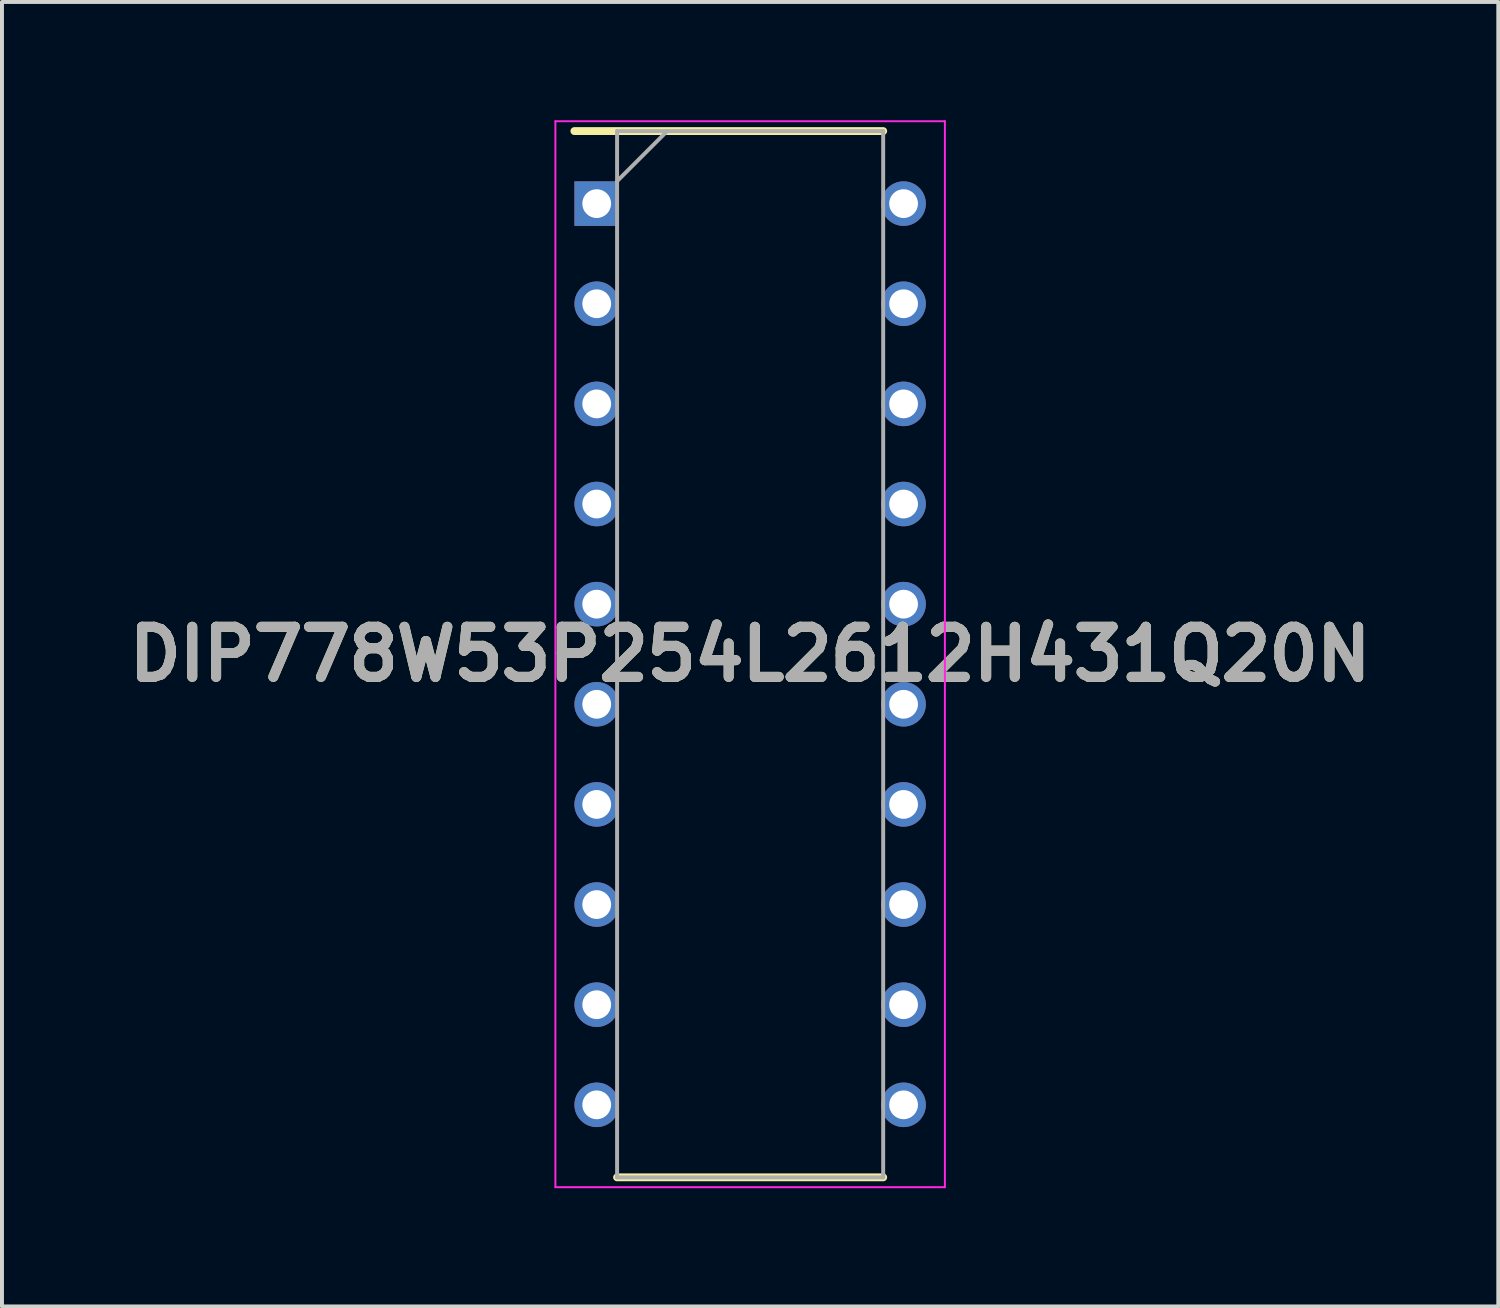
<source format=kicad_pcb>
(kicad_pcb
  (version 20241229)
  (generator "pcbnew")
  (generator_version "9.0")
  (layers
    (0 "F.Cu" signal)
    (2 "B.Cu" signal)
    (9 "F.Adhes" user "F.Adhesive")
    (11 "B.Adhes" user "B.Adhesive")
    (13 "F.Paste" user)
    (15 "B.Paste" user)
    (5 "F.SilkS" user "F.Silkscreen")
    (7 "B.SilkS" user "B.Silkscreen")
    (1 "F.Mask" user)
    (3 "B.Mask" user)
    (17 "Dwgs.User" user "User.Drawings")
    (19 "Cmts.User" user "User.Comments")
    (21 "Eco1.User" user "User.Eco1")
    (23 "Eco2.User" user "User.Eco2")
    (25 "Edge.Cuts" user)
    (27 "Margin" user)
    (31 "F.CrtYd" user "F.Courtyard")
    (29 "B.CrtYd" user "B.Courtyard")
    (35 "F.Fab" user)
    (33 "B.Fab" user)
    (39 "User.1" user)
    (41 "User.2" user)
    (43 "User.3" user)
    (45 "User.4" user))
  (footprint "DIP778W53P254L2612H431Q20N"
    (layer "F.Cu")
    (at 15.978 13.545)
    (property "Reference" "DIP778W53P254L2612H431Q20N" (at 0 0 0) (layer "F.SilkS") (effects (font (size 1.27 1.27) (thickness 0.254))))
    (attr through_hole)
    (fp_line (start -4.458 -13.27) (end 3.375 -13.27) (stroke (width 0.2) (type solid)) (layer "F.SilkS"))
    (fp_line (start -3.375 13.27) (end 3.375 13.27) (stroke (width 0.2) (type solid)) (layer "F.SilkS"))
    (fp_line (start -4.94 -13.52) (end 4.94 -13.52) (stroke (width 0.05) (type solid)) (layer "F.CrtYd"))
    (fp_line (start -4.94 13.52) (end -4.94 -13.52) (stroke (width 0.05) (type solid)) (layer "F.CrtYd"))
    (fp_line (start 4.94 -13.52) (end 4.94 13.52) (stroke (width 0.05) (type solid)) (layer "F.CrtYd"))
    (fp_line (start 4.94 13.52) (end -4.94 13.52) (stroke (width 0.05) (type solid)) (layer "F.CrtYd"))
    (fp_line (start -3.375 -13.27) (end 3.375 -13.27) (stroke (width 0.1) (type solid)) (layer "F.Fab"))
    (fp_line (start -3.375 -12) (end -2.105 -13.27) (stroke (width 0.1) (type solid)) (layer "F.Fab"))
    (fp_line (start -3.375 13.27) (end -3.375 -13.27) (stroke (width 0.1) (type solid)) (layer "F.Fab"))
    (fp_line (start 3.375 -13.27) (end 3.375 13.27) (stroke (width 0.1) (type solid)) (layer "F.Fab"))
    (fp_line (start 3.375 13.27) (end -3.375 13.27) (stroke (width 0.1) (type solid)) (layer "F.Fab"))
    (fp_text user "${REFERENCE}" (at 0 0 0) (layer "F.Fab") (effects (font (size 1.27 1.27) (thickness 0.254))))
    (pad "1" thru_hole rect (at -3.892 -11.43) (size 1.13 1.13) (drill 0.73) (layers "*.Cu" "*.Mask"))
    (pad "2" thru_hole circle (at -3.892 -8.89) (size 1.13 1.13) (drill 0.73) (layers "*.Cu" "*.Mask"))
    (pad "3" thru_hole circle (at -3.892 -6.35) (size 1.13 1.13) (drill 0.73) (layers "*.Cu" "*.Mask"))
    (pad "4" thru_hole circle (at -3.892 -3.81) (size 1.13 1.13) (drill 0.73) (layers "*.Cu" "*.Mask"))
    (pad "5" thru_hole circle (at -3.892 -1.27) (size 1.13 1.13) (drill 0.73) (layers "*.Cu" "*.Mask"))
    (pad "6" thru_hole circle (at -3.892 1.27) (size 1.13 1.13) (drill 0.73) (layers "*.Cu" "*.Mask"))
    (pad "7" thru_hole circle (at -3.892 3.81) (size 1.13 1.13) (drill 0.73) (layers "*.Cu" "*.Mask"))
    (pad "8" thru_hole circle (at -3.892 6.35) (size 1.13 1.13) (drill 0.73) (layers "*.Cu" "*.Mask"))
    (pad "9" thru_hole circle (at -3.892 8.89) (size 1.13 1.13) (drill 0.73) (layers "*.Cu" "*.Mask"))
    (pad "10" thru_hole circle (at -3.892 11.43) (size 1.13 1.13) (drill 0.73) (layers "*.Cu" "*.Mask"))
    (pad "11" thru_hole circle (at 3.892 11.43) (size 1.13 1.13) (drill 0.73) (layers "*.Cu" "*.Mask"))
    (pad "12" thru_hole circle (at 3.892 8.89) (size 1.13 1.13) (drill 0.73) (layers "*.Cu" "*.Mask"))
    (pad "13" thru_hole circle (at 3.892 6.35) (size 1.13 1.13) (drill 0.73) (layers "*.Cu" "*.Mask"))
    (pad "14" thru_hole circle (at 3.892 3.81) (size 1.13 1.13) (drill 0.73) (layers "*.Cu" "*.Mask"))
    (pad "15" thru_hole circle (at 3.892 1.27) (size 1.13 1.13) (drill 0.73) (layers "*.Cu" "*.Mask"))
    (pad "16" thru_hole circle (at 3.892 -1.27) (size 1.13 1.13) (drill 0.73) (layers "*.Cu" "*.Mask"))
    (pad "17" thru_hole circle (at 3.892 -3.81) (size 1.13 1.13) (drill 0.73) (layers "*.Cu" "*.Mask"))
    (pad "18" thru_hole circle (at 3.892 -6.35) (size 1.13 1.13) (drill 0.73) (layers "*.Cu" "*.Mask"))
    (pad "19" thru_hole circle (at 3.892 -8.89) (size 1.13 1.13) (drill 0.73) (layers "*.Cu" "*.Mask"))
    (pad "20" thru_hole circle (at 3.892 -11.43) (size 1.13 1.13) (drill 0.73) (layers "*.Cu" "*.Mask")))
  (gr_rect
    (start -3 -3)
    (end 34.956 30.09)
    (stroke (width 0.1) (type default))
    (fill no)
    (layer "Edge.Cuts")))
</source>
